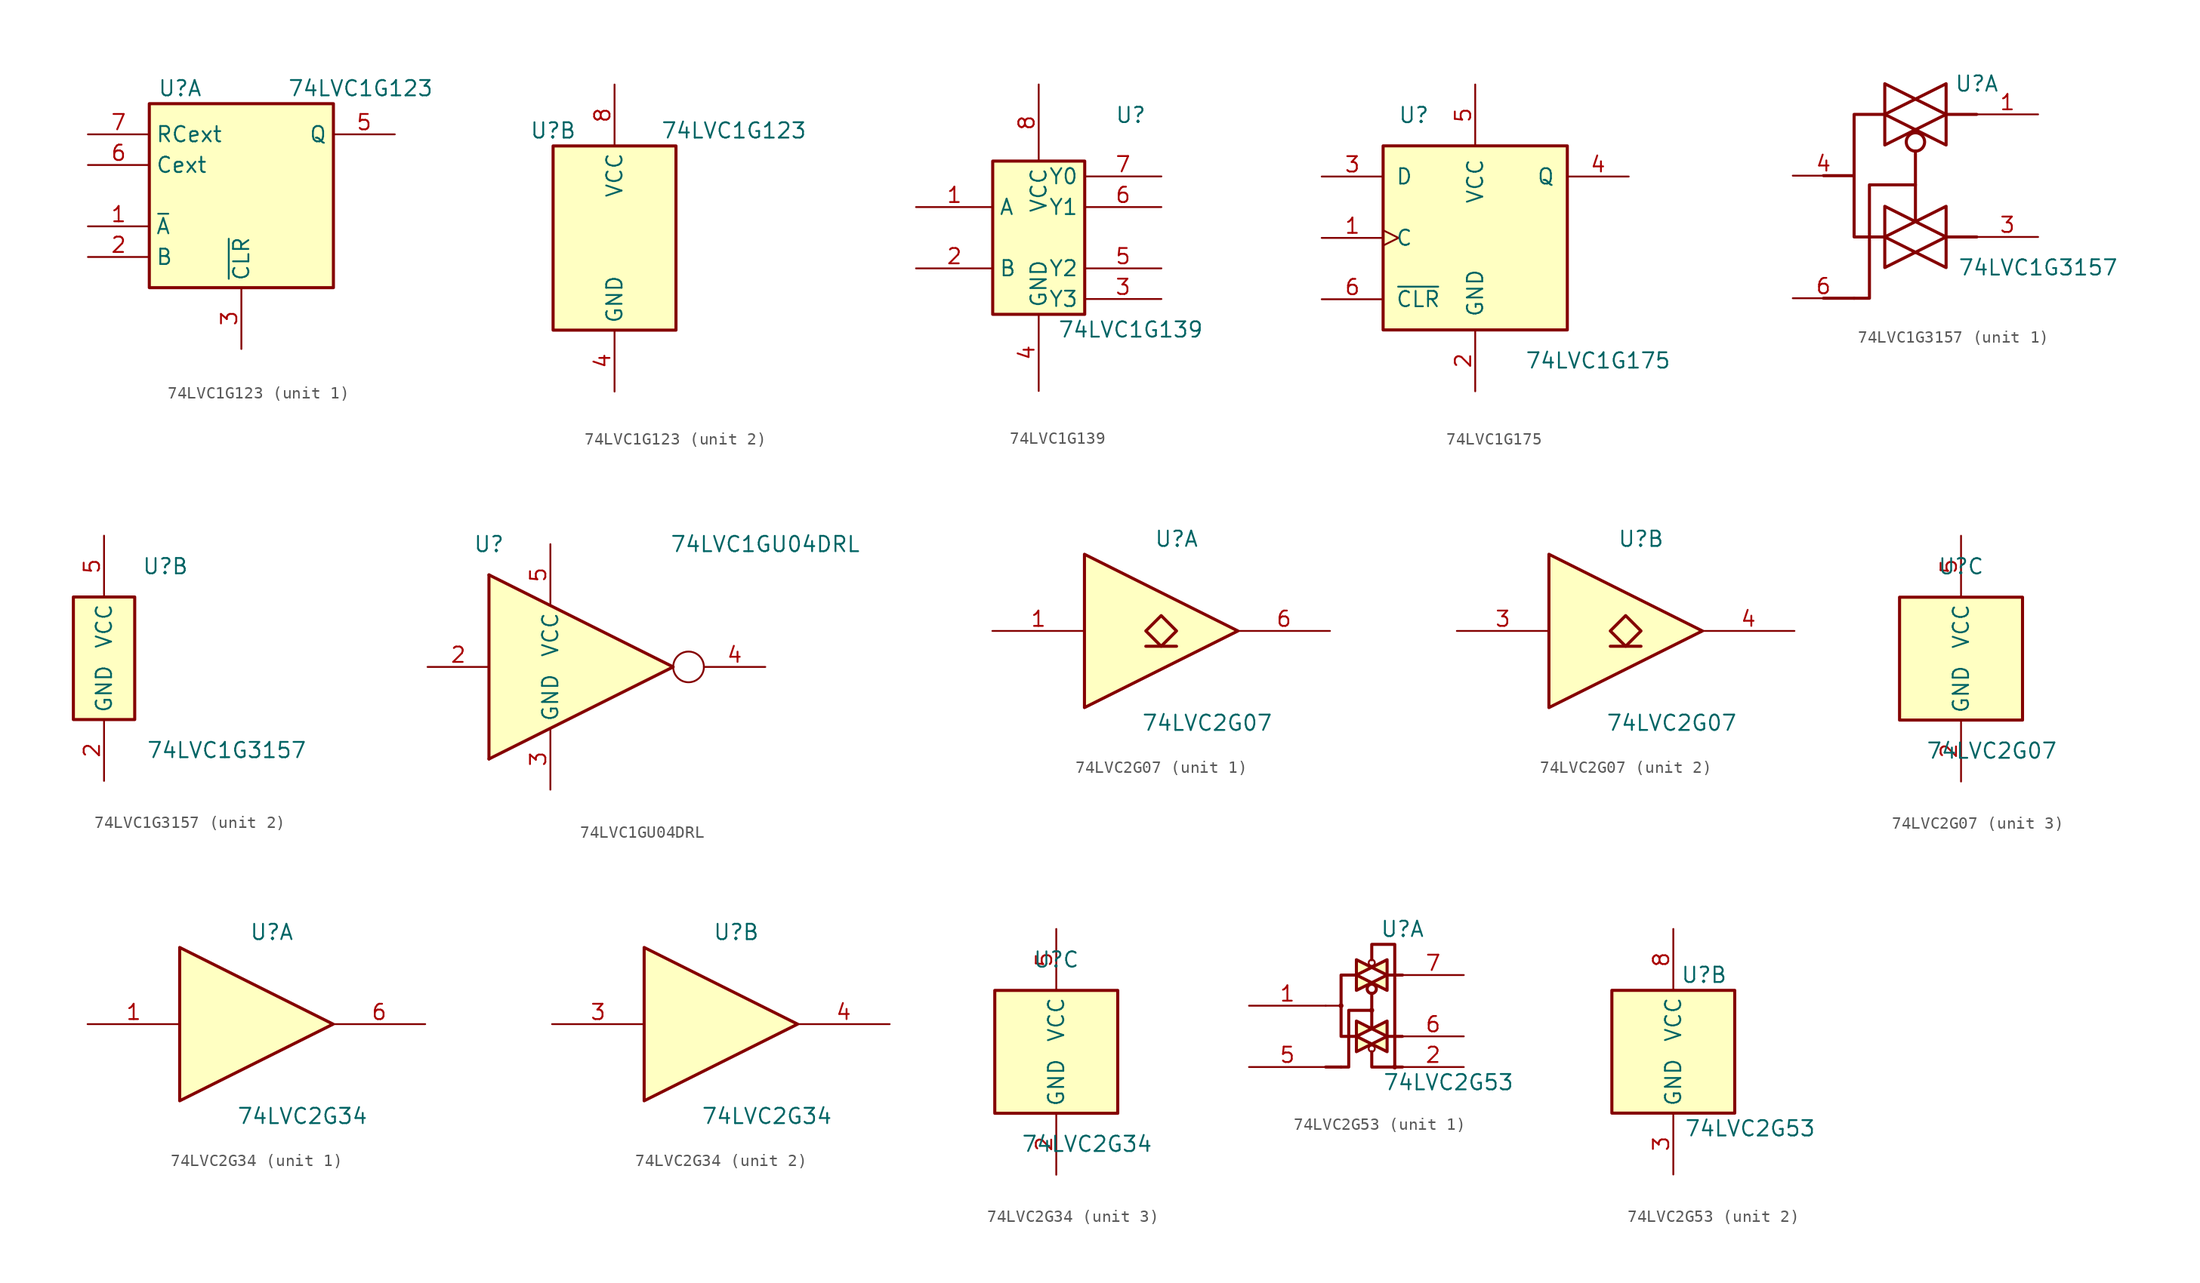
<source format=kicad_sym>
(kicad_symbol_lib
  (version 20231120)
  (generator "kicad_symbol_editor")
  (generator_version "8.0")
  (symbol "74LVC1G123"
    (property "Reference" "U"
      (at -5.08 8.89 0)
      (effects (font (size 1.27 1.27))))
    (property "Value" "74LVC1G123"
      (at 3.81 8.89 0)
      (effects (font (size 1.27 1.27)) (justify left)))
    (symbol "74LVC1G123_1_1"
      (rectangle (start -7.62 7.62) (end 7.62 -7.62) (stroke (width 0.254) (type default)) (fill (type background)))
      (pin input line (at -12.7 -2.54 0) (length 5.08) (name "~{A}" (effects (font (size 1.27 1.27)))) (number "1" (effects (font (size 1.27 1.27)))))
      (pin input line (at -12.7 -5.08 0) (length 5.08) (name "B" (effects (font (size 1.27 1.27)))) (number "2" (effects (font (size 1.27 1.27)))))
      (pin input line (at 0 -12.7 90) (length 5.08) (name "~{CLR}" (effects (font (size 1.27 1.27)))) (number "3" (effects (font (size 1.27 1.27)))))
      (pin output line (at 12.7 5.08 180) (length 5.08) (name "Q" (effects (font (size 1.27 1.27)))) (number "5" (effects (font (size 1.27 1.27)))))
      (pin input line (at -12.7 2.54 0) (length 5.08) (name "Cext" (effects (font (size 1.27 1.27)))) (number "6" (effects (font (size 1.27 1.27)))))
      (pin input line (at -12.7 5.08 0) (length 5.08) (name "RCext" (effects (font (size 1.27 1.27)))) (number "7" (effects (font (size 1.27 1.27))))))
    (symbol "74LVC1G123_2_1"
      (rectangle (start -5.08 7.62) (end 5.08 -7.62) (stroke (width 0.254) (type default)) (fill (type background)))
      (pin power_in line (at 0 -12.7 90) (length 5.08) (name "GND" (effects (font (size 1.27 1.27)))) (number "4" (effects (font (size 1.27 1.27)))))
      (pin power_in line (at 0 12.7 270) (length 5.08) (name "VCC" (effects (font (size 1.27 1.27)))) (number "8" (effects (font (size 1.27 1.27)))))))
  (symbol "74LVC1G139"
    (property "Reference" "U"
      (at 7.62 10.16 0)
      (effects (font (size 1.27 1.27))))
    (property "Value" "74LVC1G139"
      (at 7.62 -7.62 0)
      (effects (font (size 1.27 1.27))))
    (symbol "74LVC1G139_0_1"
      (rectangle (start -3.81 6.35) (end 3.81 -6.35) (stroke (width 0.254) (type default)) (fill (type background))))
    (symbol "74LVC1G139_1_1"
      (pin input line (at -10.16 2.54 0) (length 6.35) (name "A" (effects (font (size 1.27 1.27)))) (number "1" (effects (font (size 1.27 1.27)))))
      (pin input line (at -10.16 -2.54 0) (length 6.35) (name "B" (effects (font (size 1.27 1.27)))) (number "2" (effects (font (size 1.27 1.27)))))
      (pin output line (at 10.16 -5.08 180) (length 6.35) (name "Y3" (effects (font (size 1.27 1.27)))) (number "3" (effects (font (size 1.27 1.27)))))
      (pin power_in line (at 0 -12.7 90) (length 6.35) (name "GND" (effects (font (size 1.27 1.27)))) (number "4" (effects (font (size 1.27 1.27)))))
      (pin output line (at 10.16 -2.54 180) (length 6.35) (name "Y2" (effects (font (size 1.27 1.27)))) (number "5" (effects (font (size 1.27 1.27)))))
      (pin output line (at 10.16 2.54 180) (length 6.35) (name "Y1" (effects (font (size 1.27 1.27)))) (number "6" (effects (font (size 1.27 1.27)))))
      (pin output line (at 10.16 5.08 180) (length 6.35) (name "Y0" (effects (font (size 1.27 1.27)))) (number "7" (effects (font (size 1.27 1.27)))))
      (pin power_in line (at 0 12.7 270) (length 6.35) (name "VCC" (effects (font (size 1.27 1.27)))) (number "8" (effects (font (size 1.27 1.27)))))))
  (symbol "74LVC1G175"
    (pin_names
      (offset 1.016))
    (property "Reference" "U"
      (at -5.08 10.16 0)
      (effects (font (size 1.27 1.27))))
    (property "Value" "74LVC1G175"
      (at 10.16 -10.16 0)
      (effects (font (size 1.27 1.27))))
    (symbol "74LVC1G175_0_1"
      (rectangle (start -7.62 7.62) (end 7.62 -7.62) (stroke (width 0.254) (type default)) (fill (type background))))
    (symbol "74LVC1G175_1_1"
      (pin input clock (at -12.7 0 0) (length 5.08) (name "C" (effects (font (size 1.27 1.27)))) (number "1" (effects (font (size 1.27 1.27)))))
      (pin power_in line (at 0 -12.7 90) (length 5.08) (name "GND" (effects (font (size 1.27 1.27)))) (number "2" (effects (font (size 1.27 1.27)))))
      (pin input line (at -12.7 5.08 0) (length 5.08) (name "D" (effects (font (size 1.27 1.27)))) (number "3" (effects (font (size 1.27 1.27)))))
      (pin output line (at 12.7 5.08 180) (length 5.08) (name "Q" (effects (font (size 1.27 1.27)))) (number "4" (effects (font (size 1.27 1.27)))))
      (pin power_in line (at 0 12.7 270) (length 5.08) (name "VCC" (effects (font (size 1.27 1.27)))) (number "5" (effects (font (size 1.27 1.27)))))
      (pin input line (at -12.7 -5.08 0) (length 5.08) (name "~{CLR}" (effects (font (size 1.27 1.27)))) (number "6" (effects (font (size 1.27 1.27)))))))
  (symbol "74LVC1G3157"
    (property "Reference" "U"
      (at 5.08 7.62 0)
      (effects (font (size 1.27 1.27))))
    (property "Value" "74LVC1G3157"
      (at 10.16 -7.62 0)
      (effects (font (size 1.27 1.27))))
    (property "ki_locked" ""
      (at 0 0 0)
      (effects (font (size 1.27 1.27))))
    (symbol "74LVC1G3157_1_1"
      (polyline (pts (xy -7.62 -10.16) (xy -5.08 -10.16)) (stroke (width 0.254) (type default)) (fill (type background)))
      (polyline (pts (xy -7.62 0) (xy -5.08 0)) (stroke (width 0.254) (type default)) (fill (type background)))
      (polyline (pts (xy 0 -3.81) (xy 0 2.032)) (stroke (width 0.254) (type default)) (fill (type none)))
      (polyline (pts (xy 5.08 -5.08) (xy 2.54 -5.08)) (stroke (width 0.254) (type default)) (fill (type background)))
      (polyline (pts (xy 5.08 5.08) (xy 2.54 5.08)) (stroke (width 0.254) (type default)) (fill (type background)))
      (polyline (pts (xy -2.54 -5.08) (xy 0 -6.35) (xy -2.54 -7.62) (xy -2.54 -5.08)) (stroke (width 0.254) (type default)) (fill (type none)))
      (polyline (pts (xy -2.54 -2.54) (xy -2.54 -5.08) (xy 0 -3.81) (xy -2.54 -2.54)) (stroke (width 0.254) (type default)) (fill (type none)))
      (polyline (pts (xy -2.54 5.08) (xy 0 3.81) (xy -2.54 2.54) (xy -2.54 5.08)) (stroke (width 0.254) (type default)) (fill (type none)))
      (polyline (pts (xy -2.54 7.62) (xy 0 6.35) (xy -2.54 5.08) (xy -2.54 7.62)) (stroke (width 0.254) (type default)) (fill (type none)))
      (polyline (pts (xy 0 -0.762) (xy -3.81 -0.762) (xy -3.81 -10.16) (xy -5.08 -10.16)) (stroke (width 0.254) (type default)) (fill (type none)))
      (polyline (pts (xy 2.54 -5.08) (xy 0 -6.35) (xy 2.54 -7.62) (xy 2.54 -5.08)) (stroke (width 0.254) (type default)) (fill (type none)))
      (polyline (pts (xy 2.54 -2.54) (xy 2.54 -5.08) (xy 0 -3.81) (xy 2.54 -2.54)) (stroke (width 0.254) (type default)) (fill (type none)))
      (polyline (pts (xy 2.54 5.08) (xy 2.54 2.54) (xy 0 3.81) (xy 2.54 5.08)) (stroke (width 0.254) (type default)) (fill (type none)))
      (polyline (pts (xy 2.54 5.08) (xy 2.54 7.62) (xy 0 6.35) (xy 2.54 5.08)) (stroke (width 0.254) (type default)) (fill (type none)))
      (polyline (pts (xy -2.54 5.08) (xy -5.08 5.08) (xy -5.08 0) (xy -5.08 -5.08) (xy -2.54 -5.08)) (stroke (width 0.254) (type default)) (fill (type none)))
      (circle (center 0 2.794) (radius 0.762) (stroke (width 0.254) (type default)) (fill (type none)))
      (pin bidirectional line (at 10.16 5.08 180) (length 5.08) (name "~" (effects (font (size 1.27 1.27)))) (number "1" (effects (font (size 1.27 1.27)))))
      (pin bidirectional line (at 10.16 -5.08 180) (length 5.08) (name "~" (effects (font (size 1.27 1.27)))) (number "3" (effects (font (size 1.27 1.27)))))
      (pin bidirectional line (at -10.16 0 0) (length 5.08) (name "~" (effects (font (size 1.27 1.27)))) (number "4" (effects (font (size 1.27 1.27)))))
      (pin input line (at -10.16 -10.16 0) (length 5.08) (name "~" (effects (font (size 1.27 1.27)))) (number "6" (effects (font (size 1.27 1.27))))))
    (symbol "74LVC1G3157_2_1"
      (rectangle (start -2.54 5.08) (end 2.54 -5.08) (stroke (width 0.254) (type default)) (fill (type background)))
      (pin power_in line (at 0 -10.16 90) (length 5.08) (name "GND" (effects (font (size 1.27 1.27)))) (number "2" (effects (font (size 1.27 1.27)))))
      (pin power_in line (at 0 10.16 270) (length 5.08) (name "VCC" (effects (font (size 1.27 1.27)))) (number "5" (effects (font (size 1.27 1.27)))))))
  (symbol "74LVC1GU04DRL"
    (property "Reference" "U"
      (at -5.08 10.16 0)
      (effects (font (size 1.27 1.27))))
    (property "Value" "74LVC1GU04DRL"
      (at 17.78 10.16 0)
      (effects (font (size 1.27 1.27))))
    (symbol "74LVC1GU04DRL_0_1"
      (rectangle (start -5.08 7.62) (end -5.08 -7.62) (stroke (width 0.254) (type default)) (fill (type background)))
      (polyline (pts (xy -5.08 -7.62) (xy 10.16 0) (xy -5.08 7.62)) (stroke (width 0.254) (type default)) (fill (type background)))
      (circle (center 11.43 0) (radius 1.27) (stroke (width 0) (type default)) (fill (type none))))
    (symbol "74LVC1GU04DRL_1_1"
      (pin no_connect line (at 10.16 0 180) (length 5.08) hide (name "NC" (effects (font (size 1.27 1.27)))) (number "1" (effects (font (size 1.27 1.27)))))
      (pin input line (at -10.16 0 0) (length 5.08) (name "~" (effects (font (size 1.27 1.27)))) (number "2" (effects (font (size 1.27 1.27)))))
      (pin power_in line (at 0 -10.16 90) (length 5.08) (name "GND" (effects (font (size 1.27 1.27)))) (number "3" (effects (font (size 1.27 1.27)))))
      (pin output line (at 17.78 0 180) (length 5.08) (name "~" (effects (font (size 1.27 1.27)))) (number "4" (effects (font (size 1.27 1.27)))))
      (pin power_in line (at 0 10.16 270) (length 5.08) (name "VCC" (effects (font (size 1.27 1.27)))) (number "5" (effects (font (size 1.27 1.27)))))))
  (symbol "74LVC2G07"
    (property "Reference" "U"
      (at 0 7.62 0)
      (effects (font (size 1.27 1.27))))
    (property "Value" "74LVC2G07"
      (at 2.54 -7.62 0)
      (effects (font (size 1.27 1.27))))
    (symbol "74LVC2G07_1_1"
      (polyline (pts (xy -2.54 -1.27) (xy 0 -1.27)) (stroke (width 0.254) (type default)) (fill (type background)))
      (polyline (pts (xy -7.62 6.35) (xy -7.62 -6.35) (xy 5.08 0) (xy -7.62 6.35)) (stroke (width 0.254) (type default)) (fill (type background)))
      (polyline (pts (xy -1.27 1.27) (xy -2.54 0) (xy -1.27 -1.27) (xy 0 0) (xy -1.27 1.27)) (stroke (width 0.254) (type default)) (fill (type background)))
      (pin input line (at -15.24 0 0) (length 7.62) (name "~" (effects (font (size 1.27 1.27)))) (number "1" (effects (font (size 1.27 1.27)))))
      (pin open_collector line (at 12.7 0 180) (length 7.62) (name "~" (effects (font (size 1.27 1.27)))) (number "6" (effects (font (size 1.27 1.27))))))
    (symbol "74LVC2G07_2_1"
      (polyline (pts (xy -2.54 -1.27) (xy 0 -1.27)) (stroke (width 0.254) (type default)) (fill (type background)))
      (polyline (pts (xy -7.62 6.35) (xy -7.62 -6.35) (xy 5.08 0) (xy -7.62 6.35)) (stroke (width 0.254) (type default)) (fill (type background)))
      (polyline (pts (xy -1.27 1.27) (xy -2.54 0) (xy -1.27 -1.27) (xy 0 0) (xy -1.27 1.27)) (stroke (width 0.254) (type default)) (fill (type background)))
      (pin input line (at -15.24 0 0) (length 7.62) (name "~" (effects (font (size 1.27 1.27)))) (number "3" (effects (font (size 1.27 1.27)))))
      (pin open_collector line (at 12.7 0 180) (length 7.62) (name "~" (effects (font (size 1.27 1.27)))) (number "4" (effects (font (size 1.27 1.27))))))
    (symbol "74LVC2G07_3_0"
      (rectangle (start -5.08 -5.08) (end 5.08 5.08) (stroke (width 0.254) (type default)) (fill (type background))))
    (symbol "74LVC2G07_3_1"
      (pin power_in line (at 0 -10.16 90) (length 5.08) (name "GND" (effects (font (size 1.27 1.27)))) (number "2" (effects (font (size 1.27 1.27)))))
      (pin power_in line (at 0 10.16 270) (length 5.08) (name "VCC" (effects (font (size 1.27 1.27)))) (number "5" (effects (font (size 1.27 1.27)))))))
  (symbol "74LVC2G34"
    (property "Reference" "U"
      (at 0 7.62 0)
      (effects (font (size 1.27 1.27))))
    (property "Value" "74LVC2G34"
      (at 2.54 -7.62 0)
      (effects (font (size 1.27 1.27))))
    (symbol "74LVC2G34_1_1"
      (polyline (pts (xy -7.62 6.35) (xy -7.62 -6.35) (xy 5.08 0) (xy -7.62 6.35)) (stroke (width 0.254) (type default)) (fill (type background)))
      (pin input line (at -15.24 0 0) (length 7.62) (name "~" (effects (font (size 1.27 1.27)))) (number "1" (effects (font (size 1.27 1.27)))))
      (pin output line (at 12.7 0 180) (length 7.62) (name "~" (effects (font (size 1.27 1.27)))) (number "6" (effects (font (size 1.27 1.27))))))
    (symbol "74LVC2G34_2_1"
      (polyline (pts (xy -7.62 6.35) (xy -7.62 -6.35) (xy 5.08 0) (xy -7.62 6.35)) (stroke (width 0.254) (type default)) (fill (type background)))
      (pin input line (at -15.24 0 0) (length 7.62) (name "~" (effects (font (size 1.27 1.27)))) (number "3" (effects (font (size 1.27 1.27)))))
      (pin output line (at 12.7 0 180) (length 7.62) (name "~" (effects (font (size 1.27 1.27)))) (number "4" (effects (font (size 1.27 1.27))))))
    (symbol "74LVC2G34_3_0"
      (rectangle (start -5.08 -5.08) (end 5.08 5.08) (stroke (width 0.254) (type default)) (fill (type background))))
    (symbol "74LVC2G34_3_1"
      (pin power_in line (at 0 -10.16 90) (length 5.08) (name "GND" (effects (font (size 1.27 1.27)))) (number "2" (effects (font (size 1.27 1.27)))))
      (pin power_in line (at 0 10.16 270) (length 5.08) (name "VCC" (effects (font (size 1.27 1.27)))) (number "5" (effects (font (size 1.27 1.27)))))))
  (symbol "74LVC2G53"
    (property "Reference" "U"
      (at 2.54 6.35 0)
      (effects (font (size 1.27 1.27))))
    (property "Value" "74LVC2G53"
      (at 6.35 -6.35 0)
      (effects (font (size 1.27 1.27))))
    (property "ki_locked" ""
      (at 0 0 0)
      (effects (font (size 1.27 1.27))))
    (symbol "74LVC2G53_1_1"
      (circle (center -2.54 0) (radius 0.127) (stroke (width 0) (type default)) (fill (type none)))
      (circle (center 0 -3.556) (radius 0.254) (stroke (width 0) (type default)) (fill (type none)))
      (circle (center 0 -0.381) (radius 0.127) (stroke (width 0) (type default)) (fill (type none)))
      (polyline (pts (xy -3.81 -5.08) (xy -2.54 -5.08)) (stroke (width 0.254) (type default)) (fill (type background)))
      (polyline (pts (xy -3.81 0) (xy -2.54 0)) (stroke (width 0) (type default)) (fill (type background)))
      (polyline (pts (xy 2.54 -2.54) (xy 1.27 -2.54)) (stroke (width 0.254) (type default)) (fill (type background)))
      (polyline (pts (xy 2.54 2.54) (xy 1.27 2.54)) (stroke (width 0.254) (type default)) (fill (type background)))
      (polyline (pts (xy 0 -3.81) (xy 0 -5.08) (xy 2.54 -5.08)) (stroke (width 0.254) (type default)) (fill (type none)))
      (polyline (pts (xy 0 1.016) (xy 0 0) (xy 0 -1.905)) (stroke (width 0.254) (type default)) (fill (type background)))
      (polyline (pts (xy -1.27 -2.54) (xy 0 -3.175) (xy -1.27 -3.81) (xy -1.27 -2.54)) (stroke (width 0.254) (type default)) (fill (type background)))
      (polyline (pts (xy -1.27 -1.27) (xy -1.27 -2.54) (xy 0 -1.905) (xy -1.27 -1.27)) (stroke (width 0.254) (type default)) (fill (type background)))
      (polyline (pts (xy -1.27 2.54) (xy 0 1.905) (xy -1.27 1.27) (xy -1.27 2.54)) (stroke (width 0.254) (type default)) (fill (type background)))
      (polyline (pts (xy -1.27 3.81) (xy 0 3.175) (xy -1.27 2.54) (xy -1.27 3.81)) (stroke (width 0.254) (type default)) (fill (type background)))
      (polyline (pts (xy 0 -0.381) (xy -1.905 -0.381) (xy -1.905 -5.08) (xy -2.54 -5.08)) (stroke (width 0.254) (type default)) (fill (type none)))
      (polyline (pts (xy 1.27 -2.54) (xy 0 -3.175) (xy 1.27 -3.81) (xy 1.27 -2.54)) (stroke (width 0.254) (type default)) (fill (type background)))
      (polyline (pts (xy 1.27 -1.27) (xy 1.27 -2.54) (xy 0 -1.905) (xy 1.27 -1.27)) (stroke (width 0.254) (type default)) (fill (type background)))
      (polyline (pts (xy 1.27 2.54) (xy 1.27 1.27) (xy 0 1.905) (xy 1.27 2.54)) (stroke (width 0.254) (type default)) (fill (type background)))
      (polyline (pts (xy 1.27 2.54) (xy 1.27 3.81) (xy 0 3.175) (xy 1.27 2.54)) (stroke (width 0.254) (type default)) (fill (type background)))
      (polyline (pts (xy 1.905 -5.08) (xy 1.905 5.08) (xy 0 5.08) (xy 0 3.81)) (stroke (width 0.254) (type default)) (fill (type none)))
      (polyline (pts (xy -1.27 2.54) (xy -2.54 2.54) (xy -2.54 0) (xy -2.54 -2.54) (xy -1.27 -2.54)) (stroke (width 0.254) (type default)) (fill (type none)))
      (circle (center 0 1.397) (radius 0.381) (stroke (width 0.254) (type default)) (fill (type none)))
      (circle (center 0 3.556) (radius 0.254) (stroke (width 0) (type default)) (fill (type none)))
      (circle (center 1.905 -5.08) (radius 0.127) (stroke (width 0) (type default)) (fill (type none)))
      (pin bidirectional line (at -10.16 0 0) (length 6.35) (name "~" (effects (font (size 1.27 1.27)))) (number "1" (effects (font (size 1.27 1.27)))))
      (pin input line (at 7.62 -5.08 180) (length 5.08) (name "~" (effects (font (size 1.27 1.27)))) (number "2" (effects (font (size 1.27 1.27)))))
      (pin input line (at -10.16 -5.08 0) (length 6.35) (name "~" (effects (font (size 1.27 1.27)))) (number "5" (effects (font (size 1.27 1.27)))))
      (pin bidirectional line (at 7.62 -2.54 180) (length 5.08) (name "~" (effects (font (size 1.27 1.27)))) (number "6" (effects (font (size 1.27 1.27)))))
      (pin bidirectional line (at 7.62 2.54 180) (length 5.08) (name "~" (effects (font (size 1.27 1.27)))) (number "7" (effects (font (size 1.27 1.27))))))
    (symbol "74LVC2G53_2_1"
      (rectangle (start -5.08 5.08) (end 5.08 -5.08) (stroke (width 0.254) (type default)) (fill (type background)))
      (pin power_in line (at 0 -10.16 90) (length 5.08) (name "GND" (effects (font (size 1.27 1.27)))) (number "3" (effects (font (size 1.27 1.27)))))
      (pin passive line (at 0 -10.16 90) (length 5.08) hide (name "GND" (effects (font (size 1.27 1.27)))) (number "4" (effects (font (size 1.27 1.27)))))
      (pin power_in line (at 0 10.16 270) (length 5.08) (name "VCC" (effects (font (size 1.27 1.27)))) (number "8" (effects (font (size 1.27 1.27))))))))
</source>
